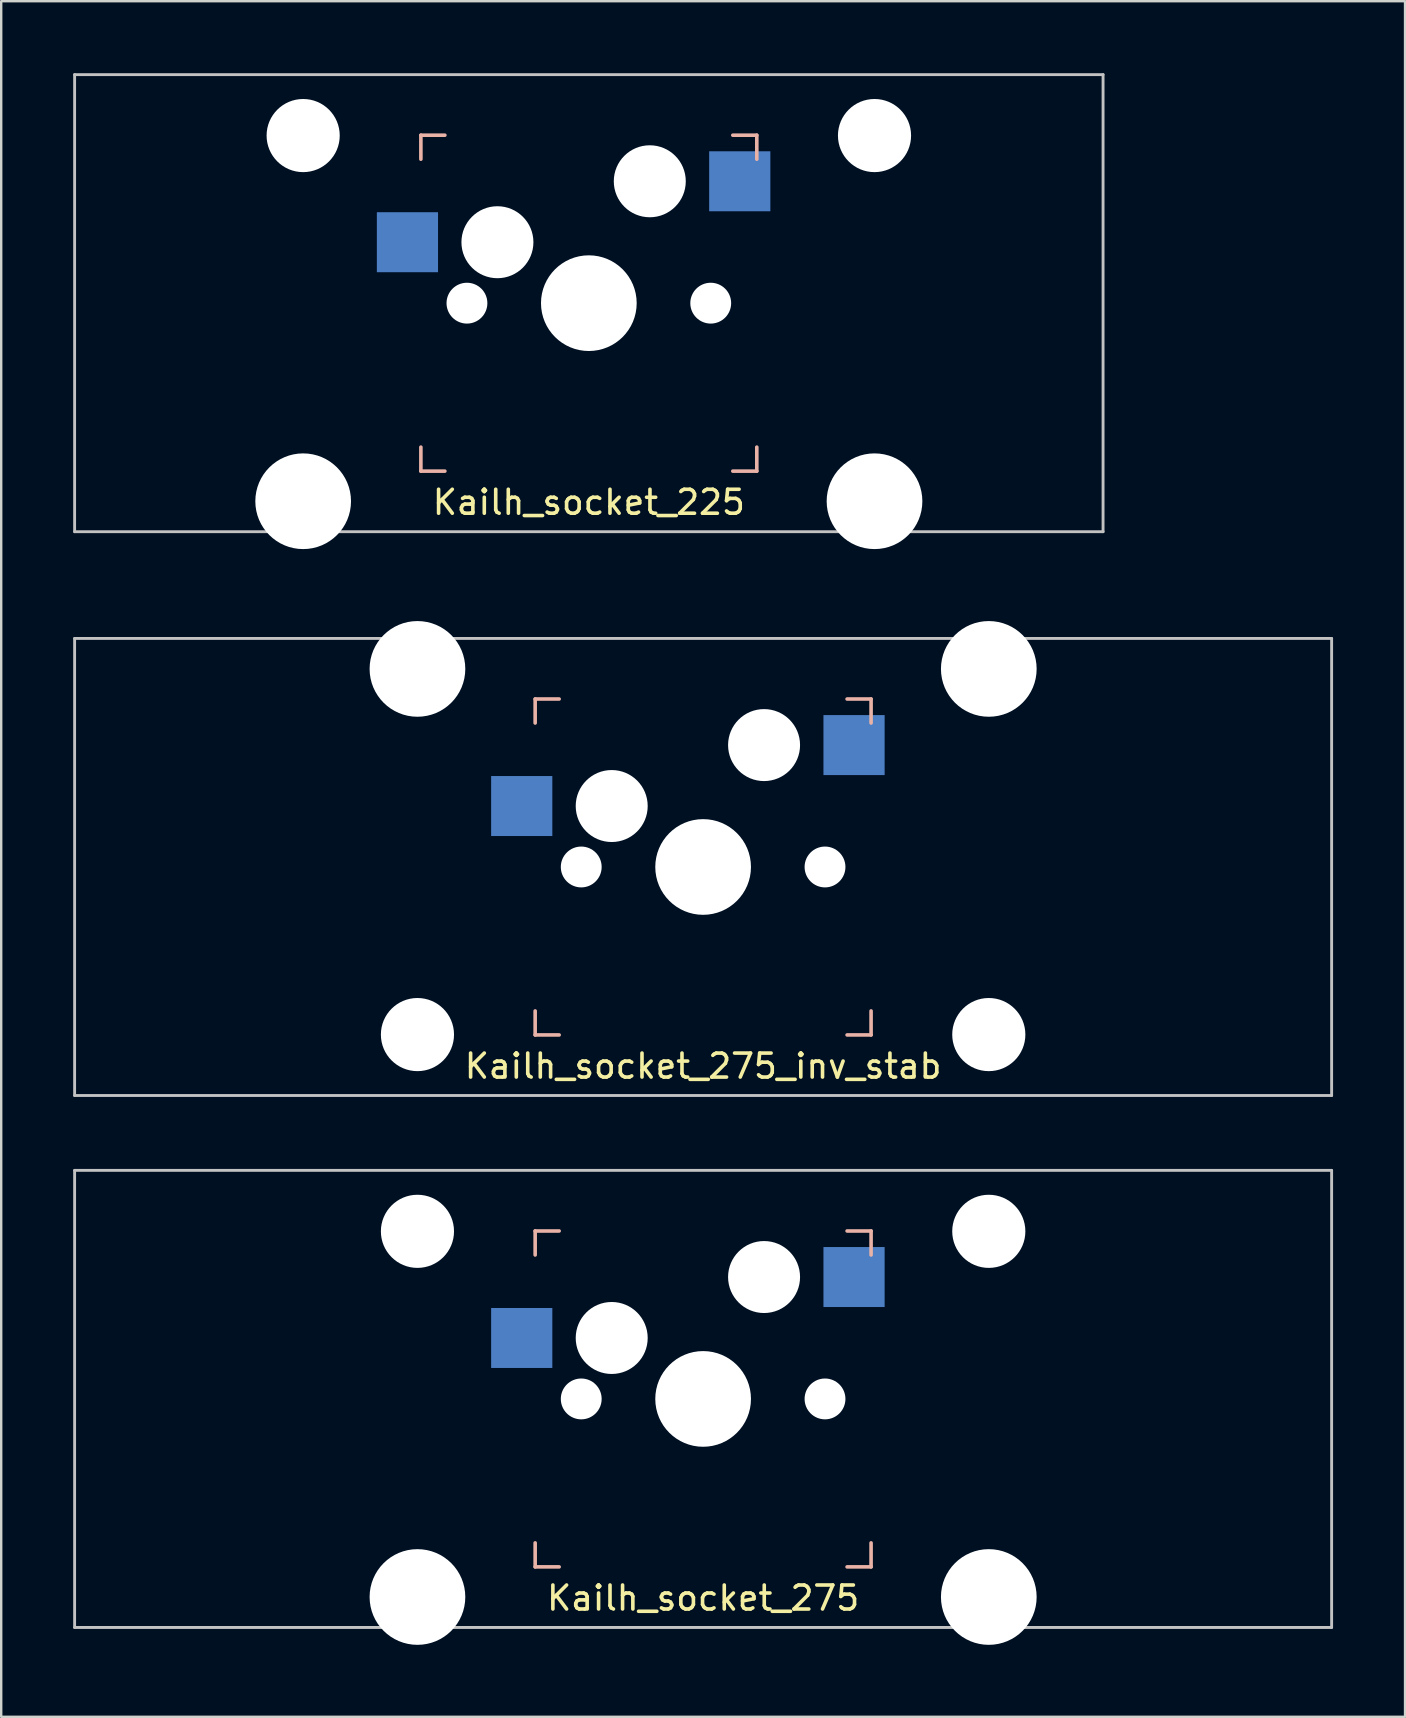
<source format=kicad_pcb>
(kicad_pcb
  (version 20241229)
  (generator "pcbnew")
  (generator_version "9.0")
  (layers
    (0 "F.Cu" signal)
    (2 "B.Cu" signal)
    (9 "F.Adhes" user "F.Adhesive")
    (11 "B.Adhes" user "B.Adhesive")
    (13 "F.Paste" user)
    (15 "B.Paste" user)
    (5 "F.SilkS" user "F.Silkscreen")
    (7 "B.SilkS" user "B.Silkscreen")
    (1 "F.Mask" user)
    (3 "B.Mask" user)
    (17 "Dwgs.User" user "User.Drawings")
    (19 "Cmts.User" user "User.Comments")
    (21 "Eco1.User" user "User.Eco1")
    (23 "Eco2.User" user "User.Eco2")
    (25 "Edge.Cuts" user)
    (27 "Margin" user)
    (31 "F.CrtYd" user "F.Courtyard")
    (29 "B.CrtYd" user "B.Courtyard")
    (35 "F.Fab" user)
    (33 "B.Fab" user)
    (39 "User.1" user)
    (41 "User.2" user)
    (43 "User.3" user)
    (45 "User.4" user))
  (footprint "Kailh_socket_275"
    (layer "F.Cu")
    (at 26.254 55.253)
    (property "Reference" "Kailh_socket_275" (at 0 8.3 0) (layer "F.SilkS") (effects (font (size 1 1) (thickness 0.15))))
    (attr through_hole)
    (fp_line (start -7 -7) (end -6 -7) (stroke (width 0.15) (type solid)) (layer "B.SilkS"))
    (fp_line (start -7 -6) (end -7 -7) (stroke (width 0.15) (type solid)) (layer "B.SilkS"))
    (fp_line (start -7 7) (end -7 6) (stroke (width 0.15) (type solid)) (layer "B.SilkS"))
    (fp_line (start -6 7) (end -7 7) (stroke (width 0.15) (type solid)) (layer "B.SilkS"))
    (fp_line (start 6 -7) (end 7 -7) (stroke (width 0.15) (type solid)) (layer "B.SilkS"))
    (fp_line (start 7 -7) (end 7 -6) (stroke (width 0.15) (type solid)) (layer "B.SilkS"))
    (fp_line (start 7 6) (end 7 7) (stroke (width 0.15) (type solid)) (layer "B.SilkS"))
    (fp_line (start 7 7) (end 6 7) (stroke (width 0.15) (type solid)) (layer "B.SilkS"))
    (fp_line (start -26.194 -9.525) (end -26.194 9.525) (stroke (width 0.12) (type solid)) (layer "Dwgs.User"))
    (fp_line (start -26.194 -9.525) (end 26.194 -9.525) (stroke (width 0.12) (type solid)) (layer "Dwgs.User"))
    (fp_line (start 26.194 -9.525) (end 26.194 9.525) (stroke (width 0.12) (type solid)) (layer "Dwgs.User"))
    (fp_line (start 26.194 9.525) (end -26.194 9.525) (stroke (width 0.12) (type solid)) (layer "Dwgs.User"))
    (fp_line (start -7.5 -7.5) (end 7.5 -7.5) (stroke (width 0.15) (type solid)) (layer "Eco2.User"))
    (fp_line (start -7.5 7.5) (end -7.5 -7.5) (stroke (width 0.15) (type solid)) (layer "Eco2.User"))
    (fp_line (start -6.9 6.9) (end -6.9 -6.9) (stroke (width 0.15) (type solid)) (layer "Eco2.User"))
    (fp_line (start -6.9 6.9) (end 6.9 6.9) (stroke (width 0.15) (type solid)) (layer "Eco2.User"))
    (fp_line (start 6.9 -6.9) (end -6.9 -6.9) (stroke (width 0.15) (type solid)) (layer "Eco2.User"))
    (fp_line (start 6.9 -6.9) (end 6.9 6.9) (stroke (width 0.15) (type solid)) (layer "Eco2.User"))
    (fp_line (start 7.5 -7.5) (end 7.5 7.5) (stroke (width 0.15) (type solid)) (layer "Eco2.User"))
    (fp_line (start 7.5 7.5) (end -7.5 7.5) (stroke (width 0.15) (type solid)) (layer "Eco2.User"))
    (pad "" np_thru_hole circle (at -11.906 -6.985) (size 3.048 3.048) (drill 3.048) (layers "*.Cu" "*.Mask"))
    (pad "" np_thru_hole circle (at -11.906 8.255) (size 3.988 3.988) (drill 3.988) (layers "*.Cu" "*.Mask"))
    (pad "" np_thru_hole circle (at -5.08 0) (size 1.702 1.702) (drill 1.702) (layers "*.Cu" "*.Mask"))
    (pad "" np_thru_hole circle (at -3.81 -2.54) (size 3 3) (drill 3) (layers "*.Cu" "*.Mask"))
    (pad "" np_thru_hole circle (at 0 0) (size 3.988 3.988) (drill 3.988) (layers "*.Cu" "*.Mask"))
    (pad "" np_thru_hole circle (at 2.54 -5.08) (size 3 3) (drill 3) (layers "*.Cu" "*.Mask"))
    (pad "" np_thru_hole circle (at 5.08 0) (size 1.702 1.702) (drill 1.702) (layers "*.Cu" "*.Mask"))
    (pad "" np_thru_hole circle (at 11.906 -6.985) (size 3.048 3.048) (drill 3.048) (layers "*.Cu" "*.Mask"))
    (pad "" np_thru_hole circle (at 11.906 8.255) (size 3.988 3.988) (drill 3.988) (layers "*.Cu" "*.Mask"))
    (pad "1" smd rect (at 6.29 -5.08) (size 2.55 2.5) (layers "B.Cu" "B.Mask" "B.Paste"))
    (pad "2" smd rect (at -7.56 -2.54) (size 2.55 2.5) (layers "B.Cu" "B.Mask" "B.Paste")))
  (footprint "Kailh_socket_275_inv_stab"
    (layer "F.Cu")
    (at 26.254 33.083)
    (property "Reference" "Kailh_socket_275_inv_stab" (at 0 8.3 0) (layer "F.SilkS") (effects (font (size 1 1) (thickness 0.15))))
    (attr through_hole)
    (fp_line (start -7 -7) (end -6 -7) (stroke (width 0.15) (type solid)) (layer "B.SilkS"))
    (fp_line (start -7 -6) (end -7 -7) (stroke (width 0.15) (type solid)) (layer "B.SilkS"))
    (fp_line (start -7 7) (end -7 6) (stroke (width 0.15) (type solid)) (layer "B.SilkS"))
    (fp_line (start -6 7) (end -7 7) (stroke (width 0.15) (type solid)) (layer "B.SilkS"))
    (fp_line (start 6 -7) (end 7 -7) (stroke (width 0.15) (type solid)) (layer "B.SilkS"))
    (fp_line (start 7 -7) (end 7 -6) (stroke (width 0.15) (type solid)) (layer "B.SilkS"))
    (fp_line (start 7 6) (end 7 7) (stroke (width 0.15) (type solid)) (layer "B.SilkS"))
    (fp_line (start 7 7) (end 6 7) (stroke (width 0.15) (type solid)) (layer "B.SilkS"))
    (fp_line (start -26.194 -9.525) (end -26.194 9.525) (stroke (width 0.12) (type solid)) (layer "Dwgs.User"))
    (fp_line (start -26.194 -9.525) (end 26.194 -9.525) (stroke (width 0.12) (type solid)) (layer "Dwgs.User"))
    (fp_line (start 26.194 -9.525) (end 26.194 9.525) (stroke (width 0.12) (type solid)) (layer "Dwgs.User"))
    (fp_line (start 26.194 9.525) (end -26.194 9.525) (stroke (width 0.12) (type solid)) (layer "Dwgs.User"))
    (fp_line (start -7.5 -7.5) (end 7.5 -7.5) (stroke (width 0.15) (type solid)) (layer "Eco2.User"))
    (fp_line (start -7.5 7.5) (end -7.5 -7.5) (stroke (width 0.15) (type solid)) (layer "Eco2.User"))
    (fp_line (start -6.9 6.9) (end -6.9 -6.9) (stroke (width 0.15) (type solid)) (layer "Eco2.User"))
    (fp_line (start -6.9 6.9) (end 6.9 6.9) (stroke (width 0.15) (type solid)) (layer "Eco2.User"))
    (fp_line (start 6.9 -6.9) (end -6.9 -6.9) (stroke (width 0.15) (type solid)) (layer "Eco2.User"))
    (fp_line (start 6.9 -6.9) (end 6.9 6.9) (stroke (width 0.15) (type solid)) (layer "Eco2.User"))
    (fp_line (start 7.5 -7.5) (end 7.5 7.5) (stroke (width 0.15) (type solid)) (layer "Eco2.User"))
    (fp_line (start 7.5 7.5) (end -7.5 7.5) (stroke (width 0.15) (type solid)) (layer "Eco2.User"))
    (pad "" np_thru_hole circle (at -11.906 -8.255) (size 3.988 3.988) (drill 3.988) (layers "*.Cu" "*.Mask"))
    (pad "" np_thru_hole circle (at -11.906 6.985) (size 3.048 3.048) (drill 3.048) (layers "*.Cu" "*.Mask"))
    (pad "" np_thru_hole circle (at -5.08 0) (size 1.702 1.702) (drill 1.702) (layers "*.Cu" "*.Mask"))
    (pad "" np_thru_hole circle (at -3.81 -2.54) (size 3 3) (drill 3) (layers "*.Cu" "*.Mask"))
    (pad "" np_thru_hole circle (at 0 0) (size 3.988 3.988) (drill 3.988) (layers "*.Cu" "*.Mask"))
    (pad "" np_thru_hole circle (at 2.54 -5.08) (size 3 3) (drill 3) (layers "*.Cu" "*.Mask"))
    (pad "" np_thru_hole circle (at 5.08 0) (size 1.702 1.702) (drill 1.702) (layers "*.Cu" "*.Mask"))
    (pad "" np_thru_hole circle (at 11.906 -8.255) (size 3.988 3.988) (drill 3.988) (layers "*.Cu" "*.Mask"))
    (pad "" np_thru_hole circle (at 11.906 6.985) (size 3.048 3.048) (drill 3.048) (layers "*.Cu" "*.Mask"))
    (pad "1" smd rect (at 6.29 -5.08) (size 2.55 2.5) (layers "B.Cu" "B.Mask" "B.Paste"))
    (pad "2" smd rect (at -7.56 -2.54) (size 2.55 2.5) (layers "B.Cu" "B.Mask" "B.Paste")))
  (footprint "Kailh_socket_225"
    (layer "F.Cu")
    (at 21.491 9.585)
    (property "Reference" "Kailh_socket_225" (at 0 8.3 0) (layer "F.SilkS") (effects (font (size 1 1) (thickness 0.15))))
    (attr through_hole)
    (fp_line (start -7 -7) (end -6 -7) (stroke (width 0.15) (type solid)) (layer "B.SilkS"))
    (fp_line (start -7 -6) (end -7 -7) (stroke (width 0.15) (type solid)) (layer "B.SilkS"))
    (fp_line (start -7 7) (end -7 6) (stroke (width 0.15) (type solid)) (layer "B.SilkS"))
    (fp_line (start -6 7) (end -7 7) (stroke (width 0.15) (type solid)) (layer "B.SilkS"))
    (fp_line (start 6 -7) (end 7 -7) (stroke (width 0.15) (type solid)) (layer "B.SilkS"))
    (fp_line (start 7 -7) (end 7 -6) (stroke (width 0.15) (type solid)) (layer "B.SilkS"))
    (fp_line (start 7 6) (end 7 7) (stroke (width 0.15) (type solid)) (layer "B.SilkS"))
    (fp_line (start 7 7) (end 6 7) (stroke (width 0.15) (type solid)) (layer "B.SilkS"))
    (fp_line (start -21.431 -9.525) (end -21.431 9.525) (stroke (width 0.12) (type solid)) (layer "Dwgs.User"))
    (fp_line (start -21.431 -9.525) (end 21.431 -9.525) (stroke (width 0.12) (type solid)) (layer "Dwgs.User"))
    (fp_line (start 21.431 -9.525) (end 21.431 9.525) (stroke (width 0.12) (type solid)) (layer "Dwgs.User"))
    (fp_line (start 21.431 9.525) (end -21.431 9.525) (stroke (width 0.12) (type solid)) (layer "Dwgs.User"))
    (fp_line (start -7.5 -7.5) (end 7.5 -7.5) (stroke (width 0.15) (type solid)) (layer "Eco2.User"))
    (fp_line (start -7.5 7.5) (end -7.5 -7.5) (stroke (width 0.15) (type solid)) (layer "Eco2.User"))
    (fp_line (start -6.9 6.9) (end -6.9 -6.9) (stroke (width 0.15) (type solid)) (layer "Eco2.User"))
    (fp_line (start -6.9 6.9) (end 6.9 6.9) (stroke (width 0.15) (type solid)) (layer "Eco2.User"))
    (fp_line (start 6.9 -6.9) (end -6.9 -6.9) (stroke (width 0.15) (type solid)) (layer "Eco2.User"))
    (fp_line (start 6.9 -6.9) (end 6.9 6.9) (stroke (width 0.15) (type solid)) (layer "Eco2.User"))
    (fp_line (start 7.5 -7.5) (end 7.5 7.5) (stroke (width 0.15) (type solid)) (layer "Eco2.User"))
    (fp_line (start 7.5 7.5) (end -7.5 7.5) (stroke (width 0.15) (type solid)) (layer "Eco2.User"))
    (pad "" np_thru_hole circle (at -11.906 -6.985) (size 3.048 3.048) (drill 3.048) (layers "*.Cu" "*.Mask"))
    (pad "" np_thru_hole circle (at -11.906 8.255) (size 3.988 3.988) (drill 3.988) (layers "*.Cu" "*.Mask"))
    (pad "" np_thru_hole circle (at -5.08 0) (size 1.702 1.702) (drill 1.702) (layers "*.Cu" "*.Mask"))
    (pad "" np_thru_hole circle (at -3.81 -2.54) (size 3 3) (drill 3) (layers "*.Cu" "*.Mask"))
    (pad "" np_thru_hole circle (at 0 0) (size 3.988 3.988) (drill 3.988) (layers "*.Cu" "*.Mask"))
    (pad "" np_thru_hole circle (at 2.54 -5.08) (size 3 3) (drill 3) (layers "*.Cu" "*.Mask"))
    (pad "" np_thru_hole circle (at 5.08 0) (size 1.702 1.702) (drill 1.702) (layers "*.Cu" "*.Mask"))
    (pad "" np_thru_hole circle (at 11.906 -6.985) (size 3.048 3.048) (drill 3.048) (layers "*.Cu" "*.Mask"))
    (pad "" np_thru_hole circle (at 11.906 8.255) (size 3.988 3.988) (drill 3.988) (layers "*.Cu" "*.Mask"))
    (pad "1" smd rect (at 6.29 -5.08) (size 2.55 2.5) (layers "B.Cu" "B.Mask" "B.Paste"))
    (pad "2" smd rect (at -7.56 -2.54) (size 2.55 2.5) (layers "B.Cu" "B.Mask" "B.Paste")))
  (gr_rect
    (start -3 -3)
    (end 55.508 68.502)
    (stroke (width 0.1) (type default))
    (fill no)
    (layer "Edge.Cuts")))
</source>
